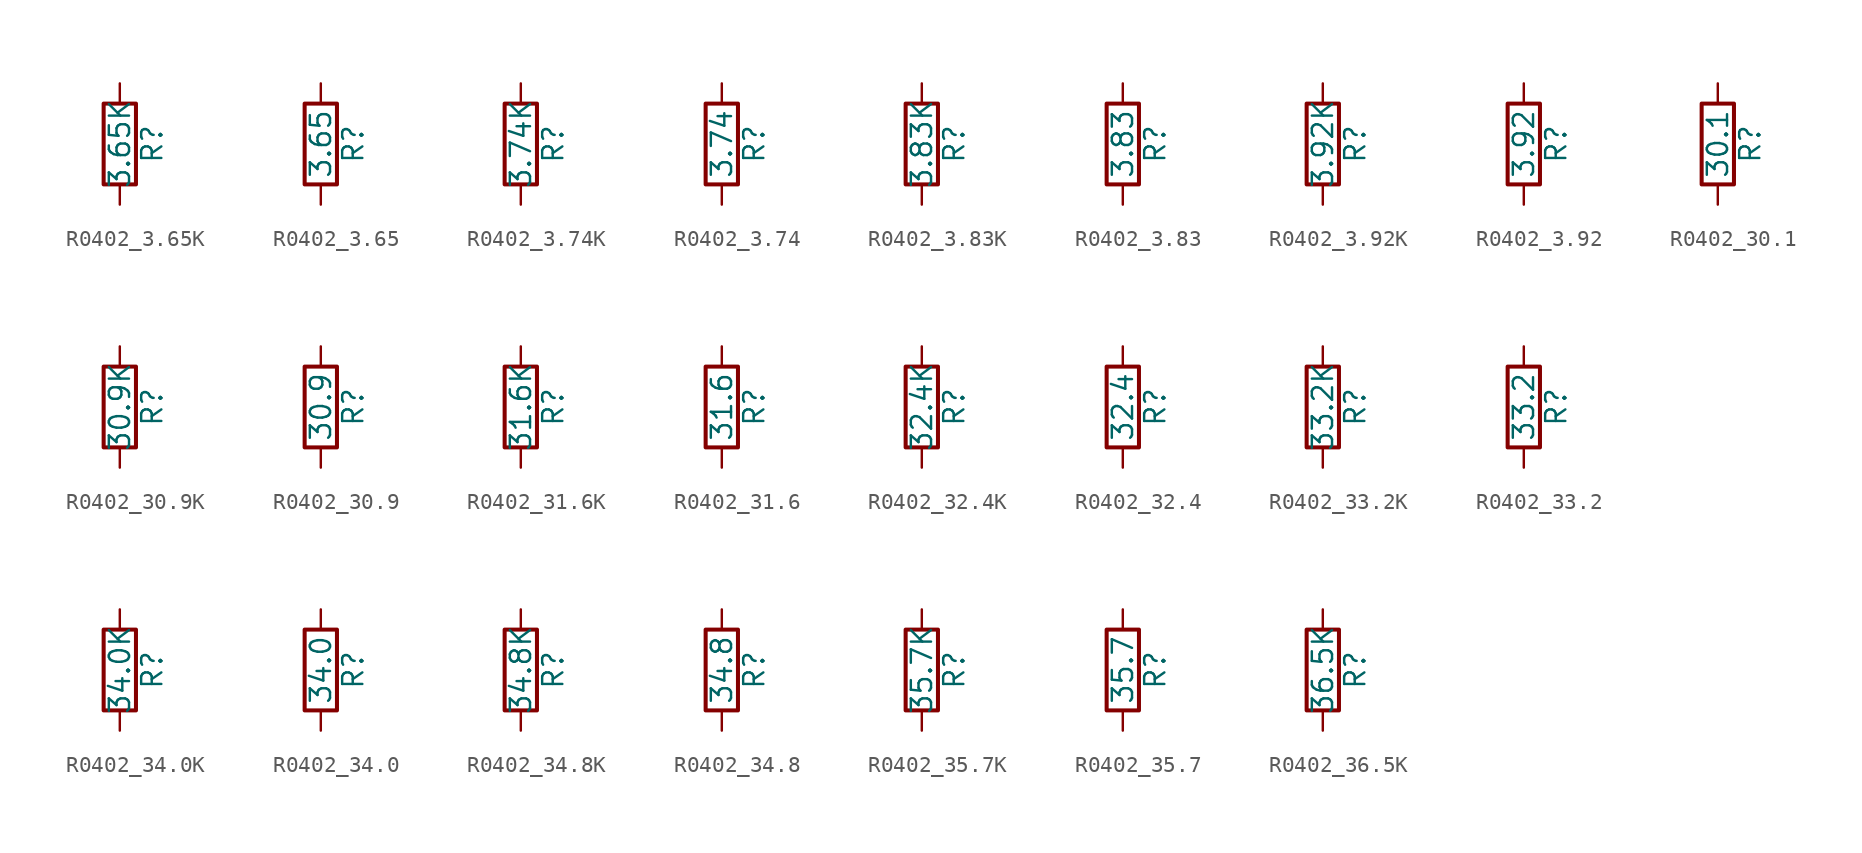
<source format=kicad_sym>
(kicad_symbol_lib
  (version 20211014)
  (generator atlantix-eda)
  (symbol "R0402_3.65K"
    (pin_numbers hide)
    (pin_names
      (offset 0))
    (property "Reference" "R"
      (at 2.032 0 90)
      (effects (font (size 1.27 1.27))))
    (property "Value" "3.65K"
      (at 0 0 90)
      (effects (font (size 1.27 1.27))))
    (symbol "R0402_3.65K_0_1"
      (rectangle (start -1.016 -2.54) (end 1.016 2.54) (stroke (width 0.254) (type default) (color 0 0 0 0)) (fill (type none))))
    (symbol "R0402_3.65K_1_1"
      (pin passive line (at 0 3.81 270) (length 1.27) (name "~" (effects (font (size 1.27 1.27)))) (number "1" (effects (font (size 1.27 1.27)))))
      (pin passive line (at 0 -3.81 90) (length 1.27) (name "~" (effects (font (size 1.27 1.27)))) (number "2" (effects (font (size 1.27 1.27)))))))
  (symbol "R0402_3.65"
    (pin_numbers hide)
    (pin_names
      (offset 0))
    (property "Reference" "R"
      (at 2.032 0 90)
      (effects (font (size 1.27 1.27))))
    (property "Value" "3.65"
      (at 0 0 90)
      (effects (font (size 1.27 1.27))))
    (symbol "R0402_3.65_0_1"
      (rectangle (start -1.016 -2.54) (end 1.016 2.54) (stroke (width 0.254) (type default) (color 0 0 0 0)) (fill (type none))))
    (symbol "R0402_3.65_1_1"
      (pin passive line (at 0 3.81 270) (length 1.27) (name "~" (effects (font (size 1.27 1.27)))) (number "1" (effects (font (size 1.27 1.27)))))
      (pin passive line (at 0 -3.81 90) (length 1.27) (name "~" (effects (font (size 1.27 1.27)))) (number "2" (effects (font (size 1.27 1.27)))))))
  (symbol "R0402_3.74K"
    (pin_numbers hide)
    (pin_names
      (offset 0))
    (property "Reference" "R"
      (at 2.032 0 90)
      (effects (font (size 1.27 1.27))))
    (property "Value" "3.74K"
      (at 0 0 90)
      (effects (font (size 1.27 1.27))))
    (symbol "R0402_3.74K_0_1"
      (rectangle (start -1.016 -2.54) (end 1.016 2.54) (stroke (width 0.254) (type default) (color 0 0 0 0)) (fill (type none))))
    (symbol "R0402_3.74K_1_1"
      (pin passive line (at 0 3.81 270) (length 1.27) (name "~" (effects (font (size 1.27 1.27)))) (number "1" (effects (font (size 1.27 1.27)))))
      (pin passive line (at 0 -3.81 90) (length 1.27) (name "~" (effects (font (size 1.27 1.27)))) (number "2" (effects (font (size 1.27 1.27)))))))
  (symbol "R0402_3.74"
    (pin_numbers hide)
    (pin_names
      (offset 0))
    (property "Reference" "R"
      (at 2.032 0 90)
      (effects (font (size 1.27 1.27))))
    (property "Value" "3.74"
      (at 0 0 90)
      (effects (font (size 1.27 1.27))))
    (symbol "R0402_3.74_0_1"
      (rectangle (start -1.016 -2.54) (end 1.016 2.54) (stroke (width 0.254) (type default) (color 0 0 0 0)) (fill (type none))))
    (symbol "R0402_3.74_1_1"
      (pin passive line (at 0 3.81 270) (length 1.27) (name "~" (effects (font (size 1.27 1.27)))) (number "1" (effects (font (size 1.27 1.27)))))
      (pin passive line (at 0 -3.81 90) (length 1.27) (name "~" (effects (font (size 1.27 1.27)))) (number "2" (effects (font (size 1.27 1.27)))))))
  (symbol "R0402_3.83K"
    (pin_numbers hide)
    (pin_names
      (offset 0))
    (property "Reference" "R"
      (at 2.032 0 90)
      (effects (font (size 1.27 1.27))))
    (property "Value" "3.83K"
      (at 0 0 90)
      (effects (font (size 1.27 1.27))))
    (symbol "R0402_3.83K_0_1"
      (rectangle (start -1.016 -2.54) (end 1.016 2.54) (stroke (width 0.254) (type default) (color 0 0 0 0)) (fill (type none))))
    (symbol "R0402_3.83K_1_1"
      (pin passive line (at 0 3.81 270) (length 1.27) (name "~" (effects (font (size 1.27 1.27)))) (number "1" (effects (font (size 1.27 1.27)))))
      (pin passive line (at 0 -3.81 90) (length 1.27) (name "~" (effects (font (size 1.27 1.27)))) (number "2" (effects (font (size 1.27 1.27)))))))
  (symbol "R0402_3.83"
    (pin_numbers hide)
    (pin_names
      (offset 0))
    (property "Reference" "R"
      (at 2.032 0 90)
      (effects (font (size 1.27 1.27))))
    (property "Value" "3.83"
      (at 0 0 90)
      (effects (font (size 1.27 1.27))))
    (symbol "R0402_3.83_0_1"
      (rectangle (start -1.016 -2.54) (end 1.016 2.54) (stroke (width 0.254) (type default) (color 0 0 0 0)) (fill (type none))))
    (symbol "R0402_3.83_1_1"
      (pin passive line (at 0 3.81 270) (length 1.27) (name "~" (effects (font (size 1.27 1.27)))) (number "1" (effects (font (size 1.27 1.27)))))
      (pin passive line (at 0 -3.81 90) (length 1.27) (name "~" (effects (font (size 1.27 1.27)))) (number "2" (effects (font (size 1.27 1.27)))))))
  (symbol "R0402_3.92K"
    (pin_numbers hide)
    (pin_names
      (offset 0))
    (property "Reference" "R"
      (at 2.032 0 90)
      (effects (font (size 1.27 1.27))))
    (property "Value" "3.92K"
      (at 0 0 90)
      (effects (font (size 1.27 1.27))))
    (symbol "R0402_3.92K_0_1"
      (rectangle (start -1.016 -2.54) (end 1.016 2.54) (stroke (width 0.254) (type default) (color 0 0 0 0)) (fill (type none))))
    (symbol "R0402_3.92K_1_1"
      (pin passive line (at 0 3.81 270) (length 1.27) (name "~" (effects (font (size 1.27 1.27)))) (number "1" (effects (font (size 1.27 1.27)))))
      (pin passive line (at 0 -3.81 90) (length 1.27) (name "~" (effects (font (size 1.27 1.27)))) (number "2" (effects (font (size 1.27 1.27)))))))
  (symbol "R0402_3.92"
    (pin_numbers hide)
    (pin_names
      (offset 0))
    (property "Reference" "R"
      (at 2.032 0 90)
      (effects (font (size 1.27 1.27))))
    (property "Value" "3.92"
      (at 0 0 90)
      (effects (font (size 1.27 1.27))))
    (symbol "R0402_3.92_0_1"
      (rectangle (start -1.016 -2.54) (end 1.016 2.54) (stroke (width 0.254) (type default) (color 0 0 0 0)) (fill (type none))))
    (symbol "R0402_3.92_1_1"
      (pin passive line (at 0 3.81 270) (length 1.27) (name "~" (effects (font (size 1.27 1.27)))) (number "1" (effects (font (size 1.27 1.27)))))
      (pin passive line (at 0 -3.81 90) (length 1.27) (name "~" (effects (font (size 1.27 1.27)))) (number "2" (effects (font (size 1.27 1.27)))))))
  (symbol "R0402_30.1"
    (pin_numbers hide)
    (pin_names
      (offset 0))
    (property "Reference" "R"
      (at 2.032 0 90)
      (effects (font (size 1.27 1.27))))
    (property "Value" "30.1"
      (at 0 0 90)
      (effects (font (size 1.27 1.27))))
    (symbol "R0402_30.1_0_1"
      (rectangle (start -1.016 -2.54) (end 1.016 2.54) (stroke (width 0.254) (type default) (color 0 0 0 0)) (fill (type none))))
    (symbol "R0402_30.1_1_1"
      (pin passive line (at 0 3.81 270) (length 1.27) (name "~" (effects (font (size 1.27 1.27)))) (number "1" (effects (font (size 1.27 1.27)))))
      (pin passive line (at 0 -3.81 90) (length 1.27) (name "~" (effects (font (size 1.27 1.27)))) (number "2" (effects (font (size 1.27 1.27)))))))
  (symbol "R0402_30.9K"
    (pin_numbers hide)
    (pin_names
      (offset 0))
    (property "Reference" "R"
      (at 2.032 0 90)
      (effects (font (size 1.27 1.27))))
    (property "Value" "30.9K"
      (at 0 0 90)
      (effects (font (size 1.27 1.27))))
    (symbol "R0402_30.9K_0_1"
      (rectangle (start -1.016 -2.54) (end 1.016 2.54) (stroke (width 0.254) (type default) (color 0 0 0 0)) (fill (type none))))
    (symbol "R0402_30.9K_1_1"
      (pin passive line (at 0 3.81 270) (length 1.27) (name "~" (effects (font (size 1.27 1.27)))) (number "1" (effects (font (size 1.27 1.27)))))
      (pin passive line (at 0 -3.81 90) (length 1.27) (name "~" (effects (font (size 1.27 1.27)))) (number "2" (effects (font (size 1.27 1.27)))))))
  (symbol "R0402_30.9"
    (pin_numbers hide)
    (pin_names
      (offset 0))
    (property "Reference" "R"
      (at 2.032 0 90)
      (effects (font (size 1.27 1.27))))
    (property "Value" "30.9"
      (at 0 0 90)
      (effects (font (size 1.27 1.27))))
    (symbol "R0402_30.9_0_1"
      (rectangle (start -1.016 -2.54) (end 1.016 2.54) (stroke (width 0.254) (type default) (color 0 0 0 0)) (fill (type none))))
    (symbol "R0402_30.9_1_1"
      (pin passive line (at 0 3.81 270) (length 1.27) (name "~" (effects (font (size 1.27 1.27)))) (number "1" (effects (font (size 1.27 1.27)))))
      (pin passive line (at 0 -3.81 90) (length 1.27) (name "~" (effects (font (size 1.27 1.27)))) (number "2" (effects (font (size 1.27 1.27)))))))
  (symbol "R0402_31.6K"
    (pin_numbers hide)
    (pin_names
      (offset 0))
    (property "Reference" "R"
      (at 2.032 0 90)
      (effects (font (size 1.27 1.27))))
    (property "Value" "31.6K"
      (at 0 0 90)
      (effects (font (size 1.27 1.27))))
    (symbol "R0402_31.6K_0_1"
      (rectangle (start -1.016 -2.54) (end 1.016 2.54) (stroke (width 0.254) (type default) (color 0 0 0 0)) (fill (type none))))
    (symbol "R0402_31.6K_1_1"
      (pin passive line (at 0 3.81 270) (length 1.27) (name "~" (effects (font (size 1.27 1.27)))) (number "1" (effects (font (size 1.27 1.27)))))
      (pin passive line (at 0 -3.81 90) (length 1.27) (name "~" (effects (font (size 1.27 1.27)))) (number "2" (effects (font (size 1.27 1.27)))))))
  (symbol "R0402_31.6"
    (pin_numbers hide)
    (pin_names
      (offset 0))
    (property "Reference" "R"
      (at 2.032 0 90)
      (effects (font (size 1.27 1.27))))
    (property "Value" "31.6"
      (at 0 0 90)
      (effects (font (size 1.27 1.27))))
    (symbol "R0402_31.6_0_1"
      (rectangle (start -1.016 -2.54) (end 1.016 2.54) (stroke (width 0.254) (type default) (color 0 0 0 0)) (fill (type none))))
    (symbol "R0402_31.6_1_1"
      (pin passive line (at 0 3.81 270) (length 1.27) (name "~" (effects (font (size 1.27 1.27)))) (number "1" (effects (font (size 1.27 1.27)))))
      (pin passive line (at 0 -3.81 90) (length 1.27) (name "~" (effects (font (size 1.27 1.27)))) (number "2" (effects (font (size 1.27 1.27)))))))
  (symbol "R0402_32.4K"
    (pin_numbers hide)
    (pin_names
      (offset 0))
    (property "Reference" "R"
      (at 2.032 0 90)
      (effects (font (size 1.27 1.27))))
    (property "Value" "32.4K"
      (at 0 0 90)
      (effects (font (size 1.27 1.27))))
    (symbol "R0402_32.4K_0_1"
      (rectangle (start -1.016 -2.54) (end 1.016 2.54) (stroke (width 0.254) (type default) (color 0 0 0 0)) (fill (type none))))
    (symbol "R0402_32.4K_1_1"
      (pin passive line (at 0 3.81 270) (length 1.27) (name "~" (effects (font (size 1.27 1.27)))) (number "1" (effects (font (size 1.27 1.27)))))
      (pin passive line (at 0 -3.81 90) (length 1.27) (name "~" (effects (font (size 1.27 1.27)))) (number "2" (effects (font (size 1.27 1.27)))))))
  (symbol "R0402_32.4"
    (pin_numbers hide)
    (pin_names
      (offset 0))
    (property "Reference" "R"
      (at 2.032 0 90)
      (effects (font (size 1.27 1.27))))
    (property "Value" "32.4"
      (at 0 0 90)
      (effects (font (size 1.27 1.27))))
    (symbol "R0402_32.4_0_1"
      (rectangle (start -1.016 -2.54) (end 1.016 2.54) (stroke (width 0.254) (type default) (color 0 0 0 0)) (fill (type none))))
    (symbol "R0402_32.4_1_1"
      (pin passive line (at 0 3.81 270) (length 1.27) (name "~" (effects (font (size 1.27 1.27)))) (number "1" (effects (font (size 1.27 1.27)))))
      (pin passive line (at 0 -3.81 90) (length 1.27) (name "~" (effects (font (size 1.27 1.27)))) (number "2" (effects (font (size 1.27 1.27)))))))
  (symbol "R0402_33.2K"
    (pin_numbers hide)
    (pin_names
      (offset 0))
    (property "Reference" "R"
      (at 2.032 0 90)
      (effects (font (size 1.27 1.27))))
    (property "Value" "33.2K"
      (at 0 0 90)
      (effects (font (size 1.27 1.27))))
    (symbol "R0402_33.2K_0_1"
      (rectangle (start -1.016 -2.54) (end 1.016 2.54) (stroke (width 0.254) (type default) (color 0 0 0 0)) (fill (type none))))
    (symbol "R0402_33.2K_1_1"
      (pin passive line (at 0 3.81 270) (length 1.27) (name "~" (effects (font (size 1.27 1.27)))) (number "1" (effects (font (size 1.27 1.27)))))
      (pin passive line (at 0 -3.81 90) (length 1.27) (name "~" (effects (font (size 1.27 1.27)))) (number "2" (effects (font (size 1.27 1.27)))))))
  (symbol "R0402_33.2"
    (pin_numbers hide)
    (pin_names
      (offset 0))
    (property "Reference" "R"
      (at 2.032 0 90)
      (effects (font (size 1.27 1.27))))
    (property "Value" "33.2"
      (at 0 0 90)
      (effects (font (size 1.27 1.27))))
    (symbol "R0402_33.2_0_1"
      (rectangle (start -1.016 -2.54) (end 1.016 2.54) (stroke (width 0.254) (type default) (color 0 0 0 0)) (fill (type none))))
    (symbol "R0402_33.2_1_1"
      (pin passive line (at 0 3.81 270) (length 1.27) (name "~" (effects (font (size 1.27 1.27)))) (number "1" (effects (font (size 1.27 1.27)))))
      (pin passive line (at 0 -3.81 90) (length 1.27) (name "~" (effects (font (size 1.27 1.27)))) (number "2" (effects (font (size 1.27 1.27)))))))
  (symbol "R0402_34.0K"
    (pin_numbers hide)
    (pin_names
      (offset 0))
    (property "Reference" "R"
      (at 2.032 0 90)
      (effects (font (size 1.27 1.27))))
    (property "Value" "34.0K"
      (at 0 0 90)
      (effects (font (size 1.27 1.27))))
    (symbol "R0402_34.0K_0_1"
      (rectangle (start -1.016 -2.54) (end 1.016 2.54) (stroke (width 0.254) (type default) (color 0 0 0 0)) (fill (type none))))
    (symbol "R0402_34.0K_1_1"
      (pin passive line (at 0 3.81 270) (length 1.27) (name "~" (effects (font (size 1.27 1.27)))) (number "1" (effects (font (size 1.27 1.27)))))
      (pin passive line (at 0 -3.81 90) (length 1.27) (name "~" (effects (font (size 1.27 1.27)))) (number "2" (effects (font (size 1.27 1.27)))))))
  (symbol "R0402_34.0"
    (pin_numbers hide)
    (pin_names
      (offset 0))
    (property "Reference" "R"
      (at 2.032 0 90)
      (effects (font (size 1.27 1.27))))
    (property "Value" "34.0"
      (at 0 0 90)
      (effects (font (size 1.27 1.27))))
    (symbol "R0402_34.0_0_1"
      (rectangle (start -1.016 -2.54) (end 1.016 2.54) (stroke (width 0.254) (type default) (color 0 0 0 0)) (fill (type none))))
    (symbol "R0402_34.0_1_1"
      (pin passive line (at 0 3.81 270) (length 1.27) (name "~" (effects (font (size 1.27 1.27)))) (number "1" (effects (font (size 1.27 1.27)))))
      (pin passive line (at 0 -3.81 90) (length 1.27) (name "~" (effects (font (size 1.27 1.27)))) (number "2" (effects (font (size 1.27 1.27)))))))
  (symbol "R0402_34.8K"
    (pin_numbers hide)
    (pin_names
      (offset 0))
    (property "Reference" "R"
      (at 2.032 0 90)
      (effects (font (size 1.27 1.27))))
    (property "Value" "34.8K"
      (at 0 0 90)
      (effects (font (size 1.27 1.27))))
    (symbol "R0402_34.8K_0_1"
      (rectangle (start -1.016 -2.54) (end 1.016 2.54) (stroke (width 0.254) (type default) (color 0 0 0 0)) (fill (type none))))
    (symbol "R0402_34.8K_1_1"
      (pin passive line (at 0 3.81 270) (length 1.27) (name "~" (effects (font (size 1.27 1.27)))) (number "1" (effects (font (size 1.27 1.27)))))
      (pin passive line (at 0 -3.81 90) (length 1.27) (name "~" (effects (font (size 1.27 1.27)))) (number "2" (effects (font (size 1.27 1.27)))))))
  (symbol "R0402_34.8"
    (pin_numbers hide)
    (pin_names
      (offset 0))
    (property "Reference" "R"
      (at 2.032 0 90)
      (effects (font (size 1.27 1.27))))
    (property "Value" "34.8"
      (at 0 0 90)
      (effects (font (size 1.27 1.27))))
    (symbol "R0402_34.8_0_1"
      (rectangle (start -1.016 -2.54) (end 1.016 2.54) (stroke (width 0.254) (type default) (color 0 0 0 0)) (fill (type none))))
    (symbol "R0402_34.8_1_1"
      (pin passive line (at 0 3.81 270) (length 1.27) (name "~" (effects (font (size 1.27 1.27)))) (number "1" (effects (font (size 1.27 1.27)))))
      (pin passive line (at 0 -3.81 90) (length 1.27) (name "~" (effects (font (size 1.27 1.27)))) (number "2" (effects (font (size 1.27 1.27)))))))
  (symbol "R0402_35.7K"
    (pin_numbers hide)
    (pin_names
      (offset 0))
    (property "Reference" "R"
      (at 2.032 0 90)
      (effects (font (size 1.27 1.27))))
    (property "Value" "35.7K"
      (at 0 0 90)
      (effects (font (size 1.27 1.27))))
    (symbol "R0402_35.7K_0_1"
      (rectangle (start -1.016 -2.54) (end 1.016 2.54) (stroke (width 0.254) (type default) (color 0 0 0 0)) (fill (type none))))
    (symbol "R0402_35.7K_1_1"
      (pin passive line (at 0 3.81 270) (length 1.27) (name "~" (effects (font (size 1.27 1.27)))) (number "1" (effects (font (size 1.27 1.27)))))
      (pin passive line (at 0 -3.81 90) (length 1.27) (name "~" (effects (font (size 1.27 1.27)))) (number "2" (effects (font (size 1.27 1.27)))))))
  (symbol "R0402_35.7"
    (pin_numbers hide)
    (pin_names
      (offset 0))
    (property "Reference" "R"
      (at 2.032 0 90)
      (effects (font (size 1.27 1.27))))
    (property "Value" "35.7"
      (at 0 0 90)
      (effects (font (size 1.27 1.27))))
    (symbol "R0402_35.7_0_1"
      (rectangle (start -1.016 -2.54) (end 1.016 2.54) (stroke (width 0.254) (type default) (color 0 0 0 0)) (fill (type none))))
    (symbol "R0402_35.7_1_1"
      (pin passive line (at 0 3.81 270) (length 1.27) (name "~" (effects (font (size 1.27 1.27)))) (number "1" (effects (font (size 1.27 1.27)))))
      (pin passive line (at 0 -3.81 90) (length 1.27) (name "~" (effects (font (size 1.27 1.27)))) (number "2" (effects (font (size 1.27 1.27)))))))
  (symbol "R0402_36.5K"
    (pin_numbers hide)
    (pin_names
      (offset 0))
    (property "Reference" "R"
      (at 2.032 0 90)
      (effects (font (size 1.27 1.27))))
    (property "Value" "36.5K"
      (at 0 0 90)
      (effects (font (size 1.27 1.27))))
    (symbol "R0402_36.5K_0_1"
      (rectangle (start -1.016 -2.54) (end 1.016 2.54) (stroke (width 0.254) (type default) (color 0 0 0 0)) (fill (type none))))
    (symbol "R0402_36.5K_1_1"
      (pin passive line (at 0 3.81 270) (length 1.27) (name "~" (effects (font (size 1.27 1.27)))) (number "1" (effects (font (size 1.27 1.27)))))
      (pin passive line (at 0 -3.81 90) (length 1.27) (name "~" (effects (font (size 1.27 1.27)))) (number "2" (effects (font (size 1.27 1.27))))))))
</source>
